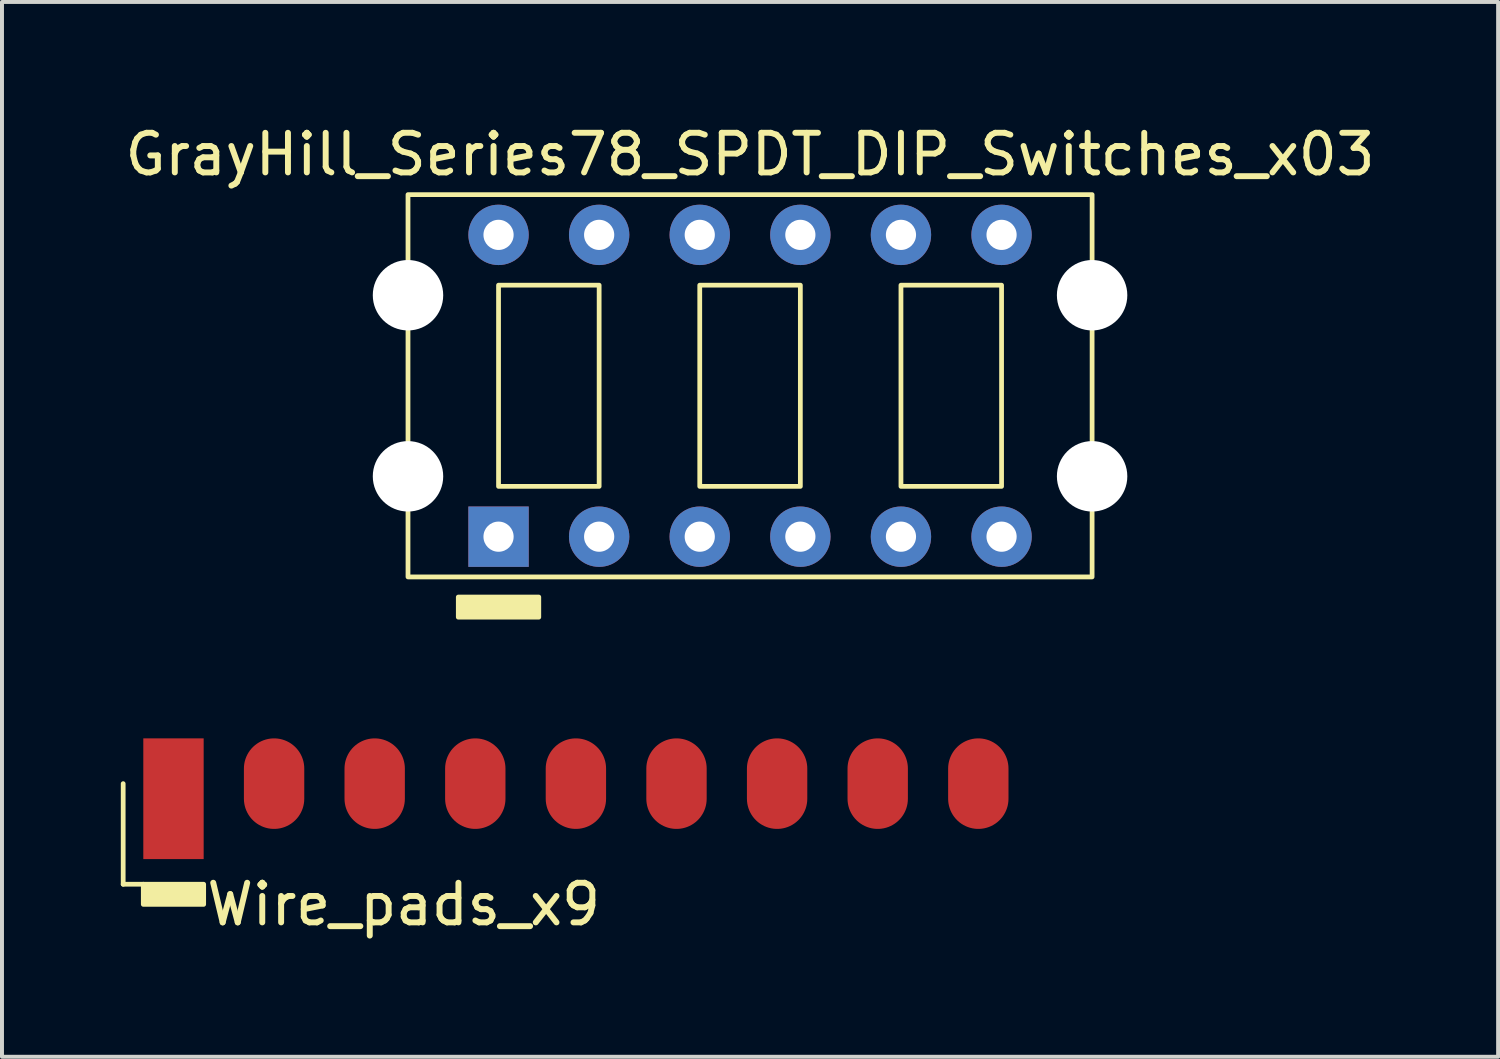
<source format=kicad_pcb>
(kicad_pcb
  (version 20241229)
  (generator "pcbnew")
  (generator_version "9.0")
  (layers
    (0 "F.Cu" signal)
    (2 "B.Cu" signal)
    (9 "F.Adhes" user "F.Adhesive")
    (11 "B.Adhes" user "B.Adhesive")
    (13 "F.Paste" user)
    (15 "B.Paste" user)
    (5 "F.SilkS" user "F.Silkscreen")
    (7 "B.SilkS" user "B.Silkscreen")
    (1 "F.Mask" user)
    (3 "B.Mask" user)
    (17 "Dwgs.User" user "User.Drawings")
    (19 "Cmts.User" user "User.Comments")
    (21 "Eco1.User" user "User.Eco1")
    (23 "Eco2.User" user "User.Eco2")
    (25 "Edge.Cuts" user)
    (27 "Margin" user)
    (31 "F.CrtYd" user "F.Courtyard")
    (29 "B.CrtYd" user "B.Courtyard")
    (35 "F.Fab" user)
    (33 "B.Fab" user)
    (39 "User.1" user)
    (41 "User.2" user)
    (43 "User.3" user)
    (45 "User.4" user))
  (footprint "Wire_pads_x9"
    (layer "F.Cu")
    (at 11.49 16.735)
    (property "Reference" "Wire_pads_x9" (at -9.398 3.048 0) (unlocked yes) (layer "F.SilkS") (effects (font (size 1 1) (thickness 0.15)) (justify left)))
    (attr smd)
    (fp_line (start -11.43 2.54) (end -11.43 0) (stroke (width 0.12) (type default)) (layer "F.SilkS"))
    (fp_line (start -10.922 2.54) (end -11.43 2.54) (stroke (width 0.12) (type default)) (layer "F.SilkS"))
    (fp_rect (start -10.922 2.54) (end -9.398 3.048) (stroke (width 0.12) (type solid)) (fill yes) (layer "F.SilkS"))
    (pad "1" smd rect (at -10.16 0) (size 1.524 3.048) (drill (offset 0 0.381)) (layers "F.Cu" "F.Mask" "F.Paste"))
    (pad "2" smd oval (at -7.62 0) (size 1.524 2.286) (layers "F.Cu" "F.Mask" "F.Paste"))
    (pad "3" smd oval (at -5.08 0) (size 1.524 2.286) (layers "F.Cu" "F.Mask" "F.Paste"))
    (pad "4" smd oval (at -2.54 0) (size 1.524 2.286) (layers "F.Cu" "F.Mask" "F.Paste"))
    (pad "5" smd oval (at 0 0) (size 1.524 2.286) (layers "F.Cu" "F.Mask" "F.Paste"))
    (pad "6" smd oval (at 2.54 0) (size 1.524 2.286) (layers "F.Cu" "F.Mask" "F.Paste"))
    (pad "7" smd oval (at 5.08 0) (size 1.524 2.286) (layers "F.Cu" "F.Mask" "F.Paste"))
    (pad "8" smd oval (at 7.62 0) (size 1.524 2.286) (layers "F.Cu" "F.Mask" "F.Paste"))
    (pad "9" smd oval (at 10.16 0) (size 1.524 2.286) (layers "F.Cu" "F.Mask" "F.Paste")))
  (footprint "GrayHill_Series78_SPDT_DIP_Switches_x03"
    (layer "F.Cu")
    (at 15.887 6.69)
    (property "Reference" "GrayHill_Series78_SPDT_DIP_Switches_x03" (at 0 -5.842 0) (unlocked yes) (layer "F.SilkS") (effects (font (size 1 1) (thickness 0.15))))
    (attr through_hole)
    (fp_rect (start -8.636 -4.826) (end 8.636 4.826) (stroke (width 0.12) (type default)) (fill no) (layer "F.SilkS"))
    (fp_rect (start -7.366 5.334) (end -5.334 5.842) (stroke (width 0.12) (type solid)) (fill yes) (layer "F.SilkS"))
    (fp_rect (start -6.35 -2.54) (end -3.81 2.54) (stroke (width 0.12) (type default)) (fill no) (layer "F.SilkS"))
    (fp_rect (start -1.27 -2.54) (end 1.27 2.54) (stroke (width 0.12) (type default)) (fill no) (layer "F.SilkS"))
    (fp_rect (start 3.81 -2.54) (end 6.35 2.54) (stroke (width 0.12) (type default)) (fill no) (layer "F.SilkS"))
    (pad "" np_thru_hole circle (at -8.636 -2.286) (size 1.778 1.778) (drill 1.778) (layers "*.Cu" "*.Mask"))
    (pad "" np_thru_hole circle (at -8.636 2.286) (size 1.778 1.778) (drill 1.778) (layers "*.Cu" "*.Mask"))
    (pad "" np_thru_hole circle (at 8.636 -2.286) (size 1.778 1.778) (drill 1.778) (layers "*.Cu" "*.Mask"))
    (pad "" np_thru_hole circle (at 8.636 2.286) (size 1.778 1.778) (drill 1.778) (layers "*.Cu" "*.Mask"))
    (pad "1" thru_hole rect (at -6.35 3.81) (size 1.524 1.524) (drill 0.762) (layers "*.Cu" "*.Mask"))
    (pad "2" thru_hole circle (at -3.81 3.81) (size 1.524 1.524) (drill 0.762) (layers "*.Cu" "*.Mask"))
    (pad "3" thru_hole circle (at -1.27 3.81) (size 1.524 1.524) (drill 0.762) (layers "*.Cu" "*.Mask"))
    (pad "4" thru_hole circle (at 1.27 3.81) (size 1.524 1.524) (drill 0.762) (layers "*.Cu" "*.Mask"))
    (pad "5" thru_hole circle (at 3.81 3.81) (size 1.524 1.524) (drill 0.762) (layers "*.Cu" "*.Mask"))
    (pad "6" thru_hole circle (at 6.35 3.81) (size 1.524 1.524) (drill 0.762) (layers "*.Cu" "*.Mask"))
    (pad "7" thru_hole circle (at 6.35 -3.81) (size 1.524 1.524) (drill 0.762) (layers "*.Cu" "*.Mask"))
    (pad "8" thru_hole circle (at 3.81 -3.81) (size 1.524 1.524) (drill 0.762) (layers "*.Cu" "*.Mask"))
    (pad "9" thru_hole circle (at 1.27 -3.81) (size 1.524 1.524) (drill 0.762) (layers "*.Cu" "*.Mask"))
    (pad "10" thru_hole circle (at -1.27 -3.81) (size 1.524 1.524) (drill 0.762) (layers "*.Cu" "*.Mask"))
    (pad "11" thru_hole circle (at -3.81 -3.81) (size 1.524 1.524) (drill 0.762) (layers "*.Cu" "*.Mask"))
    (pad "12" thru_hole circle (at -6.35 -3.81) (size 1.524 1.524) (drill 0.762) (layers "*.Cu" "*.Mask")))
  (gr_rect
    (start -3 -3)
    (end 34.774 23.631)
    (stroke (width 0.1) (type default))
    (fill no)
    (layer "Edge.Cuts")))
</source>
